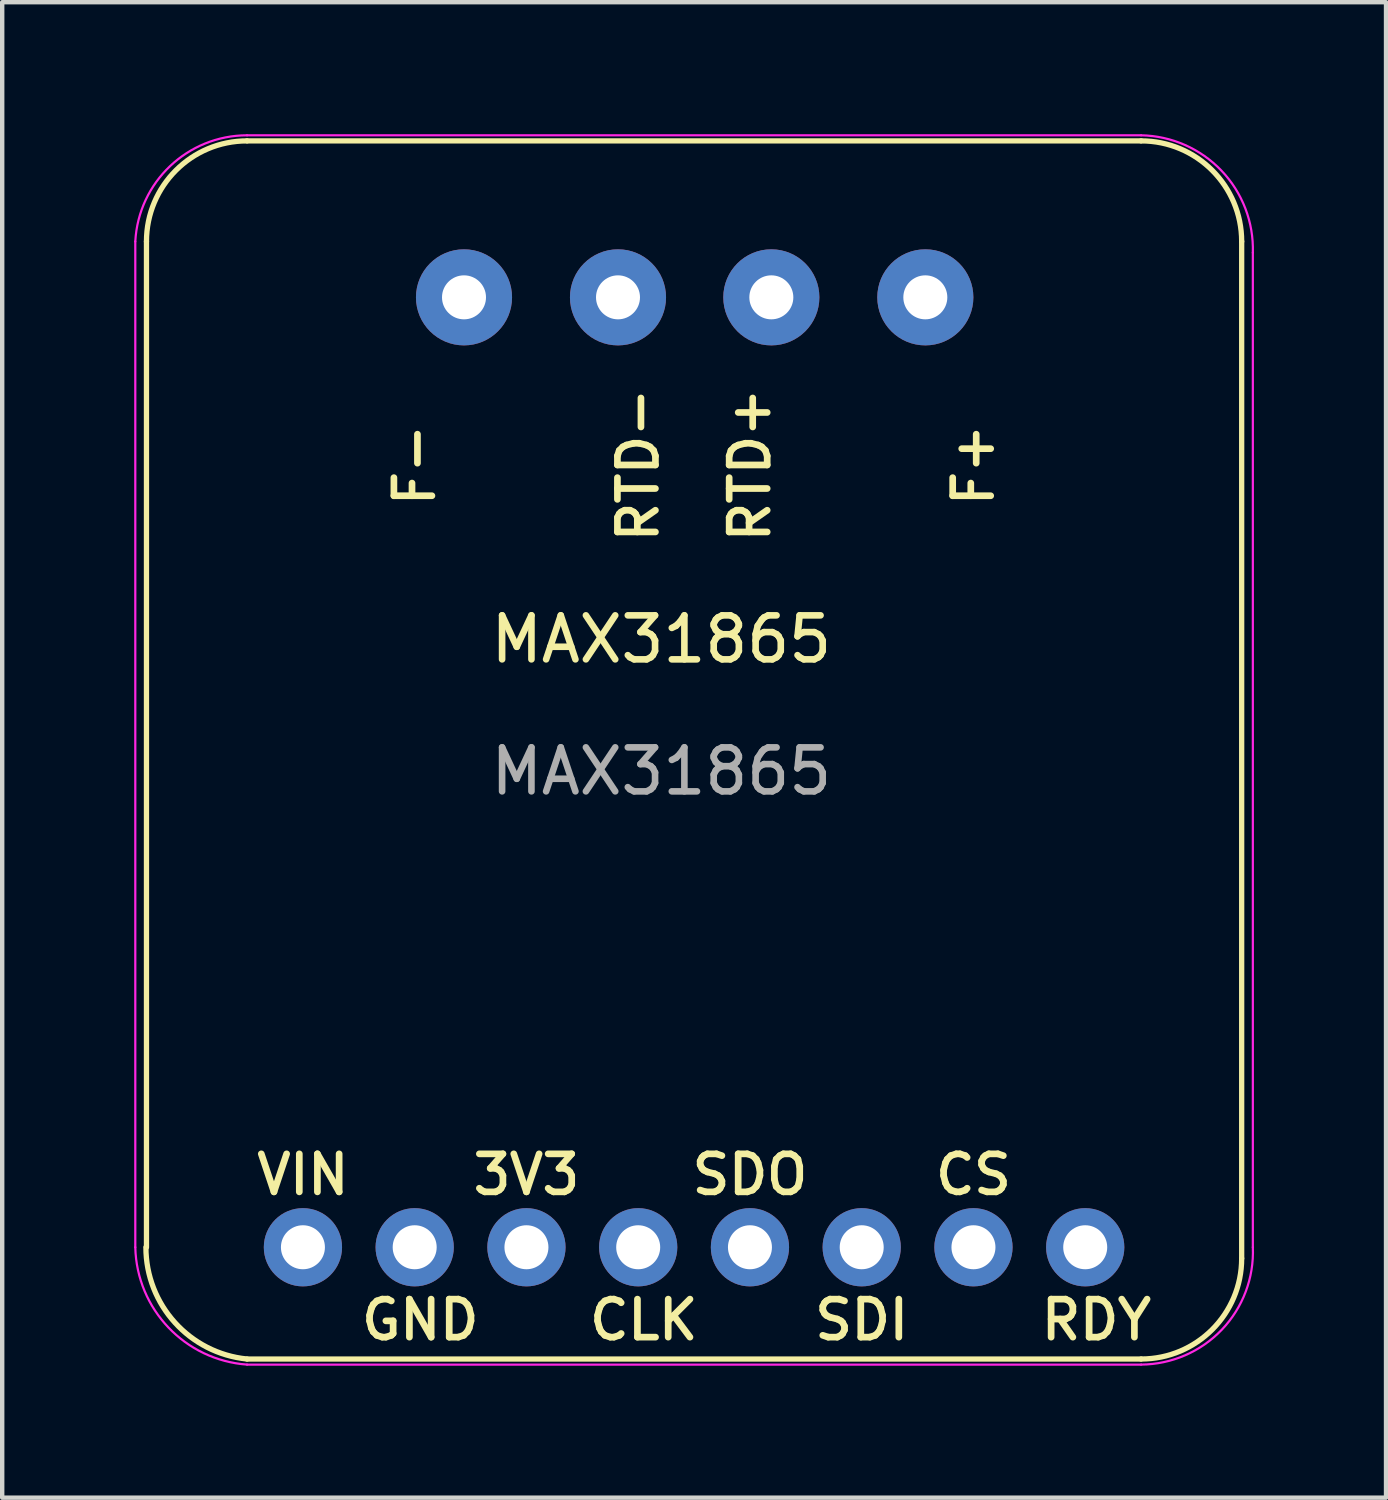
<source format=kicad_pcb>
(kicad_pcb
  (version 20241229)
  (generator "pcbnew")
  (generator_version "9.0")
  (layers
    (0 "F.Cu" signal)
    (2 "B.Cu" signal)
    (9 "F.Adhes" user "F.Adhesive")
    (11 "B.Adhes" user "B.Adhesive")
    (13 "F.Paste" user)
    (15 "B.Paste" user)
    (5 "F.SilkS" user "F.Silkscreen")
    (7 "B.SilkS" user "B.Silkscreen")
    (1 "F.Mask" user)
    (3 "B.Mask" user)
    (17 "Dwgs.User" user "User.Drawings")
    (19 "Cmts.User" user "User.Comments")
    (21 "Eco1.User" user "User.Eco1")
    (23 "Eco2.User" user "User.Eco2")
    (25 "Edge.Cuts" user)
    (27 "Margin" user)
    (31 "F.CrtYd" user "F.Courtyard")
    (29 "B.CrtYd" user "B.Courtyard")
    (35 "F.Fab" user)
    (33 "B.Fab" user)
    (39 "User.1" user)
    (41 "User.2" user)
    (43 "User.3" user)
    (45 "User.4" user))
  (footprint "MAX31865"
    (layer "F.Cu")
    (at 3.835 25.298)
    (property "Reference" "MAX31865" (at 8.146 -13.817 0) (unlocked yes) (layer "F.SilkS") (effects (font (size 1 1) (thickness 0.15))))
    (attr through_hole)
    (fp_line (start -3.556 -22.86) (end -3.556 0) (stroke (width 0.12) (type solid)) (layer "F.SilkS"))
    (fp_line (start -1.27 2.54) (end 19.05 2.54) (stroke (width 0.12) (type solid)) (layer "F.SilkS"))
    (fp_line (start 19.05 -25.146) (end -1.27 -25.146) (stroke (width 0.12) (type solid)) (layer "F.SilkS"))
    (fp_line (start 21.336 0.254) (end 21.336 -22.86) (stroke (width 0.12) (type solid)) (layer "F.SilkS"))
    (fp_arc (start -3.556 -22.86) (mid -2.886446 -24.476446) (end -1.27 -25.146) (stroke (width 0.12) (type solid)) (layer "F.SilkS"))
    (fp_arc (start -1.27 2.54) (mid -2.908682 1.712854) (end -3.568668 0) (stroke (width 0.12) (type solid)) (layer "F.SilkS"))
    (fp_arc (start 19.05 -25.146) (mid 20.666446 -24.476446) (end 21.336 -22.86) (stroke (width 0.12) (type solid)) (layer "F.SilkS"))
    (fp_arc (start 21.336 0.254) (mid 20.666446 1.870446) (end 19.05 2.54) (stroke (width 0.12) (type solid)) (layer "F.SilkS"))
    (fp_line (start -3.81 0) (end -3.81 -22.86) (stroke (width 0.05) (type solid)) (layer "F.CrtYd"))
    (fp_line (start -1.27 -25.273) (end 19.05 -25.273) (stroke (width 0.05) (type solid)) (layer "F.CrtYd"))
    (fp_line (start 19.05 2.667) (end -1.27 2.667) (stroke (width 0.05) (type solid)) (layer "F.CrtYd"))
    (fp_line (start 21.59 -22.606) (end 21.59 0) (stroke (width 0.05) (type solid)) (layer "F.CrtYd"))
    (fp_arc (start -3.81 -22.86) (mid -3.020056 -24.571822) (end -1.27 -25.273) (stroke (width 0.05) (type solid)) (layer "F.CrtYd"))
    (fp_arc (start -1.27 2.667) (mid -3.055688 1.824632) (end -3.81 0) (stroke (width 0.05) (type solid)) (layer "F.CrtYd"))
    (fp_arc (start 19.05 -25.273) (mid 20.876506 -24.469506) (end 21.59 -22.606) (stroke (width 0.05) (type solid)) (layer "F.CrtYd"))
    (fp_arc (start 21.59 0) (mid 20.885801 1.872358) (end 19.05 2.667) (stroke (width 0.05) (type solid)) (layer "F.CrtYd"))
    (fp_text user "SDI" (at 12.7 1.651 0) (layer "F.SilkS") (effects (font (size 0.864 0.864) (thickness 0.152))))
    (fp_text user "CS" (at 15.24 -1.651 0) (layer "F.SilkS") (effects (font (size 0.864 0.864) (thickness 0.152))))
    (fp_text user "VIN" (at 0 -1.651 0) (layer "F.SilkS") (effects (font (size 0.864 0.864) (thickness 0.152))))
    (fp_text user "F-" (at 2.54 -17.78 90) (layer "F.SilkS") (effects (font (size 0.864 0.864) (thickness 0.152))))
    (fp_text user "CLK" (at 7.747 1.651 0) (layer "F.SilkS") (effects (font (size 0.864 0.864) (thickness 0.152))))
    (fp_text user "3V3" (at 5.08 -1.651 0) (layer "F.SilkS") (effects (font (size 0.864 0.864) (thickness 0.152))))
    (fp_text user "RDY" (at 18.034 1.651 0) (layer "F.SilkS") (effects (font (size 0.864 0.864) (thickness 0.152))))
    (fp_text user "F+" (at 15.24 -17.78 90) (layer "F.SilkS") (effects (font (size 0.864 0.864) (thickness 0.152))))
    (fp_text user "RTD+" (at 10.16 -17.78 90) (layer "F.SilkS") (effects (font (size 0.864 0.864) (thickness 0.152))))
    (fp_text user "RTD-" (at 7.62 -17.78 90) (layer "F.SilkS") (effects (font (size 0.864 0.864) (thickness 0.152))))
    (fp_text user "SDO" (at 10.16 -1.651 0) (layer "F.SilkS") (effects (font (size 0.864 0.864) (thickness 0.152))))
    (fp_text user "GND" (at 2.667 1.651 0) (layer "F.SilkS") (effects (font (size 0.864 0.864) (thickness 0.152))))
    (fp_text user "${REFERENCE}" (at 8.146 -10.817 0) (unlocked yes) (layer "F.Fab") (effects (font (size 1 1) (thickness 0.15))))
    (pad "1" thru_hole circle (at 0 0 90) (size 1.778 1.778) (drill 1) (layers "*.Cu" "*.Mask"))
    (pad "2" thru_hole circle (at 2.54 0 90) (size 1.778 1.778) (drill 1) (layers "*.Cu" "*.Mask"))
    (pad "3" thru_hole circle (at 5.08 0 90) (size 1.778 1.778) (drill 1) (layers "*.Cu" "*.Mask"))
    (pad "4" thru_hole circle (at 7.62 0 90) (size 1.778 1.778) (drill 1) (layers "*.Cu" "*.Mask"))
    (pad "5" thru_hole circle (at 10.16 0 90) (size 1.778 1.778) (drill 1) (layers "*.Cu" "*.Mask"))
    (pad "6" thru_hole circle (at 12.7 0 90) (size 1.778 1.778) (drill 1) (layers "*.Cu" "*.Mask"))
    (pad "7" thru_hole circle (at 15.24 0 90) (size 1.778 1.778) (drill 1) (layers "*.Cu" "*.Mask"))
    (pad "8" thru_hole circle (at 17.78 0 90) (size 1.778 1.778) (drill 1) (layers "*.Cu" "*.Mask"))
    (pad "9" thru_hole circle (at 3.661 -21.59 180) (size 2.184 2.184) (drill 1) (layers "*.Cu" "*.Mask"))
    (pad "10" thru_hole circle (at 7.161 -21.59 180) (size 2.184 2.184) (drill 1) (layers "*.Cu" "*.Mask"))
    (pad "11" thru_hole circle (at 10.646 -21.59 180) (size 2.184 2.184) (drill 1) (layers "*.Cu" "*.Mask"))
    (pad "12" thru_hole circle (at 14.146 -21.59 180) (size 2.184 2.184) (drill 1) (layers "*.Cu" "*.Mask")))
  (gr_rect
    (start -3 -3)
    (end 28.452 30.99)
    (stroke (width 0.1) (type default))
    (fill no)
    (layer "Edge.Cuts")))
</source>
